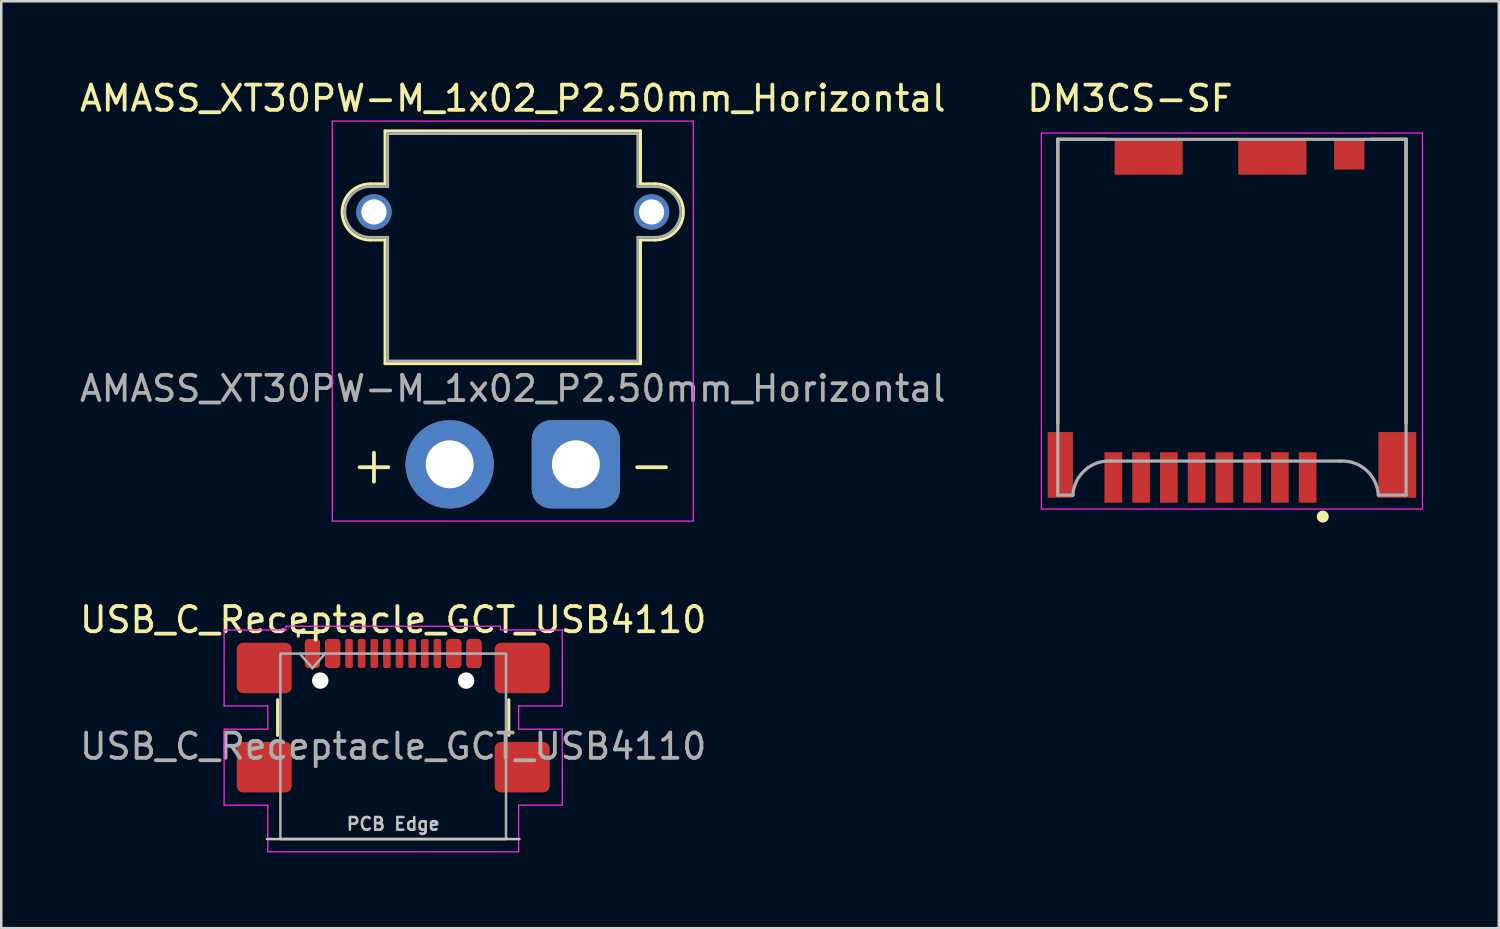
<source format=kicad_pcb>
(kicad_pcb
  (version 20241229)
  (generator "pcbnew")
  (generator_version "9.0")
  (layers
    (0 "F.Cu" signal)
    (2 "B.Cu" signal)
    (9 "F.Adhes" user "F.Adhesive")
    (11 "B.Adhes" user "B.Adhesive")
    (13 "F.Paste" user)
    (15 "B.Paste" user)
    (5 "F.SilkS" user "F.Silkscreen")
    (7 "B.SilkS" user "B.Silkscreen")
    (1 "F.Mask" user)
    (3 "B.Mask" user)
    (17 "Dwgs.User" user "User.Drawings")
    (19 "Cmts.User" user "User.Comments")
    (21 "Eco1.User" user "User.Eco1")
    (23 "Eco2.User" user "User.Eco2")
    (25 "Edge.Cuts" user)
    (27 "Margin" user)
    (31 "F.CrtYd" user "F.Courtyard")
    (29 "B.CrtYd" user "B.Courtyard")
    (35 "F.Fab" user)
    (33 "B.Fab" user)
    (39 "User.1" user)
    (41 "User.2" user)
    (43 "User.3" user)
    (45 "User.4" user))
  (footprint "DM3CS-SF"
    (layer "F.Cu")
    (at 45.564 9.52)
    (property "Reference" "DM3CS-SF" (at -3.84 -8.669 0) (layer "F.SilkS") (effects (font (size 1.004 1.004) (thickness 0.15))))
    (attr smd)
    (fp_line (start -6.7 -7.05) (end -4.826 -7.05) (stroke (width 0.127) (type solid)) (layer "F.SilkS"))
    (fp_line (start -6.7 4.2) (end -6.7 -7.05) (stroke (width 0.127) (type solid)) (layer "F.SilkS"))
    (fp_line (start 7.1 -7.05) (end 5.7 -7.05) (stroke (width 0.127) (type solid)) (layer "F.SilkS"))
    (fp_line (start 7.1 -7.05) (end 7.1 4.2) (stroke (width 0.127) (type solid)) (layer "F.SilkS"))
    (fp_circle (center 3.8 7.9) (end 3.92 7.9) (stroke (width 0.24) (type solid)) (fill no) (layer "F.SilkS"))
    (fp_line (start -7.35 -7.3) (end -7.35 7.6) (stroke (width 0.05) (type solid)) (layer "F.CrtYd"))
    (fp_line (start -7.35 7.6) (end 7.75 7.6) (stroke (width 0.05) (type solid)) (layer "F.CrtYd"))
    (fp_line (start 7.75 -7.3) (end -7.35 -7.3) (stroke (width 0.05) (type solid)) (layer "F.CrtYd"))
    (fp_line (start 7.75 7.6) (end 7.75 -7.3) (stroke (width 0.05) (type solid)) (layer "F.CrtYd"))
    (fp_line (start -6.7 -7.05) (end 7.1 -7.05) (stroke (width 0.127) (type solid)) (layer "F.Fab"))
    (fp_line (start -6.7 7.05) (end -6.7 -7.05) (stroke (width 0.127) (type solid)) (layer "F.Fab"))
    (fp_line (start -6.1 7.05) (end -6.7 7.05) (stroke (width 0.127) (type solid)) (layer "F.Fab"))
    (fp_line (start 4.5 5.7) (end -4.6 5.7) (stroke (width 0.127) (type solid)) (layer "F.Fab"))
    (fp_line (start 7.1 -7.05) (end 7.1 7.05) (stroke (width 0.127) (type solid)) (layer "F.Fab"))
    (fp_line (start 7.1 7.05) (end 6 7.05) (stroke (width 0.127) (type solid)) (layer "F.Fab"))
    (fp_arc (start -6.1 7.05) (mid -5.629594 6.06434) (end -4.6 5.7) (stroke (width 0.127) (type solid)) (layer "F.Fab"))
    (fp_arc (start 4.5 5.7) (mid 5.529594 6.06434) (end 6 7.05) (stroke (width 0.127) (type solid)) (layer "F.Fab"))
    (pad "1" smd rect (at 3.2 6.35) (size 0.7 2) (layers "F.Cu" "F.Mask" "F.Paste"))
    (pad "2" smd rect (at 2.1 6.35) (size 0.7 2) (layers "F.Cu" "F.Mask" "F.Paste"))
    (pad "3" smd rect (at 1 6.35) (size 0.7 2) (layers "F.Cu" "F.Mask" "F.Paste"))
    (pad "4" smd rect (at -0.1 6.35) (size 0.7 2) (layers "F.Cu" "F.Mask" "F.Paste"))
    (pad "5" smd rect (at -1.2 6.35) (size 0.7 2) (layers "F.Cu" "F.Mask" "F.Paste"))
    (pad "6" smd rect (at -2.3 6.35) (size 0.7 2) (layers "F.Cu" "F.Mask" "F.Paste"))
    (pad "7" smd rect (at -3.4 6.35) (size 0.7 2) (layers "F.Cu" "F.Mask" "F.Paste"))
    (pad "8" smd rect (at -4.5 6.35) (size 0.7 2) (layers "F.Cu" "F.Mask" "F.Paste"))
    (pad "9" smd rect (at -6.6 5.85) (size 1 2.6) (layers "F.Cu" "F.Mask" "F.Paste"))
    (pad "9" smd rect (at -3.1 -6.35) (size 2.7 1.4) (layers "F.Cu" "F.Mask" "F.Paste"))
    (pad "9" smd rect (at 1.8 -6.35) (size 2.7 1.4) (layers "F.Cu" "F.Mask" "F.Paste"))
    (pad "9" smd rect (at 4.85 -6.45) (size 1.2 1.2) (layers "F.Cu" "F.Mask" "F.Paste"))
    (pad "9" smd rect (at 6.75 5.85) (size 1.5 2.6) (layers "F.Cu" "F.Mask" "F.Paste"))
    (zone (net_name "") (layer "F.Cu") (hatch full 0.508) (connect_pads) (min_thickness 0.01) (filled_areas_thickness no) (keepout (tracks not_allowed) (vias not_allowed) (pads not_allowed) (copperpour not_allowed) (footprints allowed)) (placement (enabled no)) (fill) (polygon (pts (xy 38.652 10.27) (xy 39.264 10.27) (xy 39.264 14.078) (xy 38.652 14.078))))
    (zone (net_name "") (layer "F.Cu") (hatch full 0.508) (connect_pads) (min_thickness 0.01) (filled_areas_thickness no) (keepout (tracks not_allowed) (vias not_allowed) (pads not_allowed) (copperpour not_allowed) (footprints allowed)) (placement (enabled no)) (fill) (polygon (pts (xy 40.511 5.37) (xy 49.314 5.37) (xy 49.314 7.869) (xy 40.511 7.869))))
    (zone (net_name "") (layer "F.Cu") (hatch full 0.508) (connect_pads) (min_thickness 0.01) (filled_areas_thickness no) (keepout (tracks not_allowed) (vias not_allowed) (pads not_allowed) (copperpour not_allowed) (footprints allowed)) (placement (enabled no)) (fill) (polygon (pts (xy 52.274 10.27) (xy 52.864 10.27) (xy 52.864 14.077) (xy 52.274 14.077))))
    (zone (net_name "") (layers "F.Cu" "B.Cu") (hatch full 0.508) (connect_pads) (min_thickness 0.01) (filled_areas_thickness no) (keepout (tracks allowed) (vias not_allowed) (pads allowed) (copperpour allowed) (footprints allowed)) (placement (enabled no)) (fill) (polygon (pts (xy 38.652 10.27) (xy 39.264 10.27) (xy 39.264 14.078) (xy 38.652 14.078))))
    (zone (net_name "") (layers "F.Cu" "B.Cu") (hatch full 0.508) (connect_pads) (min_thickness 0.01) (filled_areas_thickness no) (keepout (tracks allowed) (vias not_allowed) (pads allowed) (copperpour allowed) (footprints allowed)) (placement (enabled no)) (fill) (polygon (pts (xy 40.514 5.37) (xy 49.314 5.37) (xy 49.314 7.87) (xy 40.514 7.87))))
    (zone (net_name "") (layers "F.Cu" "B.Cu") (hatch full 0.508) (connect_pads) (min_thickness 0.01) (filled_areas_thickness no) (keepout (tracks allowed) (vias not_allowed) (pads allowed) (copperpour allowed) (footprints allowed)) (placement (enabled no)) (fill) (polygon (pts (xy 52.276 10.27) (xy 52.864 10.27) (xy 52.864 14.078) (xy 52.276 14.078)))))
  (footprint "USB_C_Receptacle_GCT_USB4110"
    (layer "F.Cu")
    (at 12.53 26.523)
    (property "Reference" "USB_C_Receptacle_GCT_USB4110" (at 0 -5.015 0) (unlocked yes) (layer "F.SilkS") (effects (font (size 1 1) (thickness 0.15))))
    (attr smd)
    (fp_line (start -4.58 -0.435) (end -4.58 -1.845) (stroke (width 0.12) (type default)) (layer "F.SilkS"))
    (fp_line (start -3.76 -4.515) (end -3.76 -4.365) (stroke (width 0.12) (type default)) (layer "F.SilkS"))
    (fp_line (start -2.96 -4.515) (end -3.76 -4.515) (stroke (width 0.12) (type default)) (layer "F.SilkS"))
    (fp_line (start 4.58 -0.435) (end 4.58 -1.845) (stroke (width 0.12) (type default)) (layer "F.SilkS"))
    (fp_line (start -5 3.675) (end 5 3.675) (stroke (width 0.1) (type default)) (layer "Dwgs.User"))
    (fp_line (start -6.7 -4.61) (end -4.25 -4.61) (stroke (width 0.05) (type default)) (layer "F.CrtYd"))
    (fp_line (start -6.7 -1.6) (end -6.7 -4.61) (stroke (width 0.05) (type default)) (layer "F.CrtYd"))
    (fp_line (start -6.7 -0.68) (end -4.97 -0.68) (stroke (width 0.05) (type default)) (layer "F.CrtYd"))
    (fp_line (start -6.7 2.33) (end -6.7 -0.68) (stroke (width 0.05) (type default)) (layer "F.CrtYd"))
    (fp_line (start -4.97 -1.6) (end -6.7 -1.6) (stroke (width 0.05) (type default)) (layer "F.CrtYd"))
    (fp_line (start -4.97 -0.68) (end -4.97 -1.6) (stroke (width 0.05) (type default)) (layer "F.CrtYd"))
    (fp_line (start -4.97 2.33) (end -6.7 2.33) (stroke (width 0.05) (type default)) (layer "F.CrtYd"))
    (fp_line (start -4.97 4.18) (end -4.97 2.33) (stroke (width 0.05) (type default)) (layer "F.CrtYd"))
    (fp_line (start -4.25 -4.76) (end 4.25 -4.76) (stroke (width 0.05) (type default)) (layer "F.CrtYd"))
    (fp_line (start -4.25 -4.61) (end -4.25 -4.76) (stroke (width 0.05) (type default)) (layer "F.CrtYd"))
    (fp_line (start 4.25 -4.76) (end 4.25 -4.61) (stroke (width 0.05) (type default)) (layer "F.CrtYd"))
    (fp_line (start 4.25 -4.61) (end 6.7 -4.61) (stroke (width 0.05) (type default)) (layer "F.CrtYd"))
    (fp_line (start 4.97 -1.6) (end 4.97 -0.68) (stroke (width 0.05) (type default)) (layer "F.CrtYd"))
    (fp_line (start 4.97 -0.68) (end 6.7 -0.68) (stroke (width 0.05) (type default)) (layer "F.CrtYd"))
    (fp_line (start 4.97 2.33) (end 4.97 4.18) (stroke (width 0.05) (type default)) (layer "F.CrtYd"))
    (fp_line (start 4.97 4.18) (end -4.97 4.18) (stroke (width 0.05) (type default)) (layer "F.CrtYd"))
    (fp_line (start 6.7 -4.61) (end 6.7 -1.6) (stroke (width 0.05) (type default)) (layer "F.CrtYd"))
    (fp_line (start 6.7 -1.6) (end 4.97 -1.6) (stroke (width 0.05) (type default)) (layer "F.CrtYd"))
    (fp_line (start 6.7 -0.68) (end 6.7 2.33) (stroke (width 0.05) (type default)) (layer "F.CrtYd"))
    (fp_line (start 6.7 2.33) (end 4.97 2.33) (stroke (width 0.05) (type default)) (layer "F.CrtYd"))
    (fp_line (start -3.7 -3.675) (end -3.2 -3.095) (stroke (width 0.1) (type default)) (layer "F.Fab"))
    (fp_line (start -3.2 -3.095) (end -2.7 -3.675) (stroke (width 0.1) (type default)) (layer "F.Fab"))
    (fp_rect (start -4.47 -3.675) (end 4.47 3.675) (stroke (width 0.1) (type default)) (fill no) (layer "F.Fab"))
    (fp_text user "PCB Edge" (at 0 3.075 0) (unlocked yes) (layer "Dwgs.User") (effects (font (size 0.5 0.5) (thickness 0.1) (bold yes))))
    (fp_text user "${REFERENCE}" (at 0 0 0) (unlocked yes) (layer "F.Fab") (effects (font (size 1 1) (thickness 0.15))))
    (pad "" np_thru_hole circle (at -2.89 -2.605) (size 0.65 0.65) (drill 0.65) (layers "*.Cu" "*.Mask"))
    (pad "" np_thru_hole circle (at 2.89 -2.605) (size 0.65 0.65) (drill 0.65) (layers "*.Cu" "*.Mask"))
    (pad "A1" smd roundrect (at -3.2 -3.68) (size 0.6 1.15) (layers "F.Cu" "F.Mask" "F.Paste") (roundrect_rratio 0.25))
    (pad "A4" smd roundrect (at -2.4 -3.68) (size 0.6 1.15) (layers "F.Cu" "F.Mask" "F.Paste") (roundrect_rratio 0.25))
    (pad "A5" smd roundrect (at -1.25 -3.68) (size 0.3 1.15) (layers "F.Cu" "F.Mask" "F.Paste") (roundrect_rratio 0.25))
    (pad "A6" smd roundrect (at -0.25 -3.68) (size 0.3 1.15) (layers "F.Cu" "F.Mask" "F.Paste") (roundrect_rratio 0.25))
    (pad "A7" smd roundrect (at 0.25 -3.68) (size 0.3 1.15) (layers "F.Cu" "F.Mask" "F.Paste") (roundrect_rratio 0.25))
    (pad "A8" smd roundrect (at 1.25 -3.68) (size 0.3 1.15) (layers "F.Cu" "F.Mask" "F.Paste") (roundrect_rratio 0.25))
    (pad "A9" smd roundrect (at 2.4 -3.68) (size 0.6 1.15) (layers "F.Cu" "F.Mask" "F.Paste") (roundrect_rratio 0.25))
    (pad "A12" smd roundrect (at 3.2 -3.68) (size 0.6 1.15) (layers "F.Cu" "F.Mask" "F.Paste") (roundrect_rratio 0.25))
    (pad "B1" smd roundrect (at 3.2 -3.68) (size 0.6 1.15) (layers "F.Cu" "F.Mask" "F.Paste") (roundrect_rratio 0.25))
    (pad "B4" smd roundrect (at 2.4 -3.68) (size 0.6 1.15) (layers "F.Cu" "F.Mask" "F.Paste") (roundrect_rratio 0.25))
    (pad "B5" smd roundrect (at 1.75 -3.68) (size 0.3 1.15) (layers "F.Cu" "F.Mask" "F.Paste") (roundrect_rratio 0.25))
    (pad "B6" smd roundrect (at 0.75 -3.68) (size 0.3 1.15) (layers "F.Cu" "F.Mask" "F.Paste") (roundrect_rratio 0.25))
    (pad "B7" smd roundrect (at -0.75 -3.68) (size 0.3 1.15) (layers "F.Cu" "F.Mask" "F.Paste") (roundrect_rratio 0.25))
    (pad "B8" smd roundrect (at -1.75 -3.68) (size 0.3 1.15) (layers "F.Cu" "F.Mask" "F.Paste") (roundrect_rratio 0.25))
    (pad "B9" smd roundrect (at -2.4 -3.68) (size 0.6 1.15) (layers "F.Cu" "F.Mask" "F.Paste") (roundrect_rratio 0.25))
    (pad "B12" smd roundrect (at -3.2 -3.68) (size 0.6 1.15) (layers "F.Cu" "F.Mask" "F.Paste") (roundrect_rratio 0.25))
    (pad "S1" smd roundrect (at -5.11 -3.105) (size 2.18 2) (layers "F.Cu" "F.Mask" "F.Paste") (roundrect_rratio 0.125))
    (pad "S1" smd roundrect (at -5.11 0.825) (size 2.18 2) (layers "F.Cu" "F.Mask" "F.Paste") (roundrect_rratio 0.125))
    (pad "S1" smd roundrect (at 5.11 -3.105) (size 2.18 2) (layers "F.Cu" "F.Mask" "F.Paste") (roundrect_rratio 0.125))
    (pad "S1" smd roundrect (at 5.11 0.825) (size 2.18 2) (layers "F.Cu" "F.Mask" "F.Paste") (roundrect_rratio 0.125)))
  (footprint "AMASS_XT30PW-M_1x02_P2.50mm_Horizontal"
    (layer "F.Cu")
    (at 19.768 15.348)
    (property "Reference" "AMASS_XT30PW-M_1x02_P2.50mm_Horizontal" (at -2.5 -14.5 0) (layer "F.SilkS") (effects (font (size 1 1) (thickness 0.15))))
    (attr through_hole)
    (fp_line (start -8.15 -11.11) (end -7.56 -11.11) (stroke (width 0.12) (type solid)) (layer "F.SilkS"))
    (fp_line (start -8.15 -8.89) (end -7.56 -8.89) (stroke (width 0.12) (type solid)) (layer "F.SilkS"))
    (fp_line (start -7.56 -13.21) (end -7.56 -11.11) (stroke (width 0.12) (type solid)) (layer "F.SilkS"))
    (fp_line (start -7.56 -13.21) (end 2.56 -13.21) (stroke (width 0.12) (type solid)) (layer "F.SilkS"))
    (fp_line (start -7.56 -8.89) (end -7.56 -3.99) (stroke (width 0.12) (type solid)) (layer "F.SilkS"))
    (fp_line (start -7.56 -3.99) (end 2.56 -3.99) (stroke (width 0.12) (type solid)) (layer "F.SilkS"))
    (fp_line (start 2.56 -13.21) (end 2.56 -11.11) (stroke (width 0.12) (type solid)) (layer "F.SilkS"))
    (fp_line (start 2.56 -11.11) (end 3.15 -11.11) (stroke (width 0.12) (type solid)) (layer "F.SilkS"))
    (fp_line (start 2.56 -8.89) (end 2.56 -3.99) (stroke (width 0.12) (type solid)) (layer "F.SilkS"))
    (fp_line (start 2.56 -8.89) (end 3.15 -8.89) (stroke (width 0.12) (type solid)) (layer "F.SilkS"))
    (fp_arc (start -8.15 -8.89) (mid -9.26 -10) (end -8.15 -11.11) (stroke (width 0.12) (type solid)) (layer "F.SilkS"))
    (fp_arc (start 3.15 -11.11) (mid 4.26 -10) (end 3.15 -8.89) (stroke (width 0.12) (type solid)) (layer "F.SilkS"))
    (fp_line (start -9.65 -13.6) (end -9.65 2.25) (stroke (width 0.05) (type solid)) (layer "F.CrtYd"))
    (fp_line (start -9.65 -13.6) (end 4.65 -13.6) (stroke (width 0.05) (type solid)) (layer "F.CrtYd"))
    (fp_line (start -9.65 2.25) (end 4.65 2.25) (stroke (width 0.05) (type solid)) (layer "F.CrtYd"))
    (fp_line (start 4.65 -13.6) (end 4.65 2.25) (stroke (width 0.05) (type solid)) (layer "F.CrtYd"))
    (fp_line (start -8.15 -11) (end -7.45 -11) (stroke (width 0.1) (type solid)) (layer "F.Fab"))
    (fp_line (start -8.15 -9) (end -7.45 -9) (stroke (width 0.1) (type solid)) (layer "F.Fab"))
    (fp_line (start -7.45 -13.1) (end -7.45 -11) (stroke (width 0.1) (type solid)) (layer "F.Fab"))
    (fp_line (start -7.45 -13.1) (end 2.45 -13.1) (stroke (width 0.1) (type solid)) (layer "F.Fab"))
    (fp_line (start -7.45 -9) (end -7.45 -4.1) (stroke (width 0.1) (type solid)) (layer "F.Fab"))
    (fp_line (start -7.45 -4.1) (end 2.45 -4.1) (stroke (width 0.1) (type solid)) (layer "F.Fab"))
    (fp_line (start 2.45 -13.1) (end 2.45 -11) (stroke (width 0.1) (type solid)) (layer "F.Fab"))
    (fp_line (start 2.45 -11) (end 3.15 -11) (stroke (width 0.1) (type solid)) (layer "F.Fab"))
    (fp_line (start 2.45 -9) (end 2.45 -4.1) (stroke (width 0.1) (type solid)) (layer "F.Fab"))
    (fp_line (start 2.45 -9) (end 3.15 -9) (stroke (width 0.1) (type solid)) (layer "F.Fab"))
    (fp_arc (start -8.15 -9) (mid -9.15 -10) (end -8.15 -11) (stroke (width 0.1) (type solid)) (layer "F.Fab"))
    (fp_arc (start 3.15 -11) (mid 4.15 -10) (end 3.15 -9) (stroke (width 0.1) (type solid)) (layer "F.Fab"))
    (fp_text user "+" (at -8 0 0) (layer "F.SilkS") (effects (font (size 1.5 1.5) (thickness 0.15))))
    (fp_text user "-" (at 3 0 0) (layer "F.SilkS") (effects (font (size 1.5 1.5) (thickness 0.15))))
    (fp_text user "${REFERENCE}" (at -2.5 -3 0) (layer "F.Fab") (effects (font (size 1 1) (thickness 0.15))))
    (pad "" thru_hole circle (at -8 -10) (size 1.4 1.4) (drill 1) (layers "*.Cu" "*.Mask"))
    (pad "" thru_hole circle (at 3 -10) (size 1.4 1.4) (drill 1) (layers "*.Cu" "*.Mask"))
    (pad "1" thru_hole roundrect (at 0 0) (size 3.5 3.5) (drill 1.9) (layers "*.Cu" "*.Mask") (roundrect_rratio 0.22))
    (pad "2" thru_hole circle (at -5 0) (size 3.5 3.5) (drill 1.9) (layers "*.Cu" "*.Mask")))
  (gr_rect
    (start -3 -3)
    (end 56.339 33.728)
    (stroke (width 0.1) (type default))
    (fill no)
    (layer "Edge.Cuts")))
</source>
